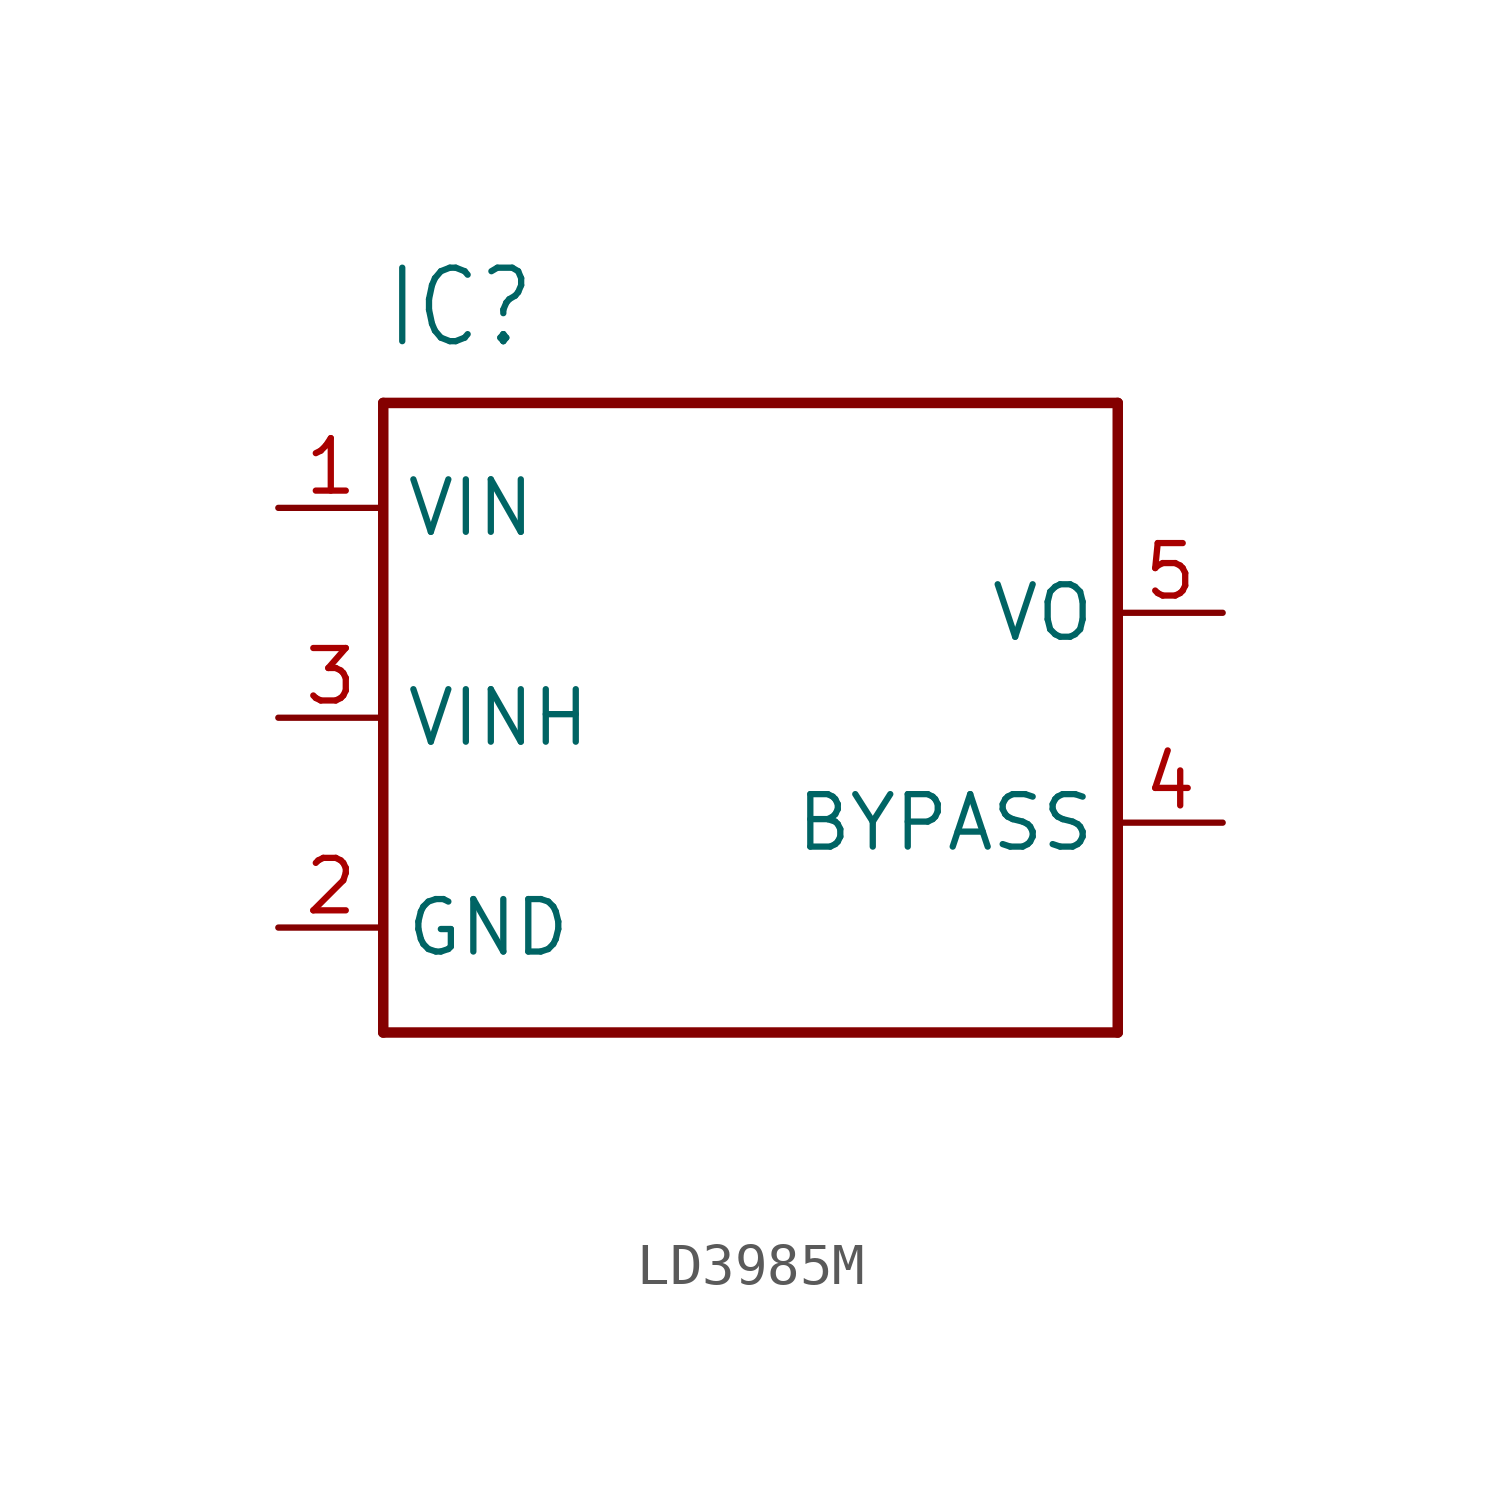
<source format=kicad_sym>
(kicad_symbol_lib
  (version 20220914)
  (generator kicad_symbol_editor)
  (symbol "LD3985M"
    (property "Reference" "IC"
      (at -10.16 8.89 0)
      (effects (font (size 1.778 1.511)) (justify left bottom)))
    (property "Value" ""
      (at -10.16 -10.16 0)
      (effects (font (size 1.778 1.511)) (justify left bottom)))
    (property "ki_locked" ""
      (at 0 0 0)
      (effects (font (size 1.27 1.27))))
    (symbol "LD3985M_1_0"
      (polyline (pts (xy -10.16 -7.62) (xy -10.16 7.62)) (stroke (width 0.254) (type solid)) (fill (type none)))
      (polyline (pts (xy -10.16 7.62) (xy 7.62 7.62)) (stroke (width 0.254) (type solid)) (fill (type none)))
      (polyline (pts (xy 7.62 -7.62) (xy -10.16 -7.62)) (stroke (width 0.254) (type solid)) (fill (type none)))
      (polyline (pts (xy 7.62 7.62) (xy 7.62 -7.62)) (stroke (width 0.254) (type solid)) (fill (type none)))
      (pin input line (at -12.7 5.08 0) (length 2.54) (name "VIN" (effects (font (size 1.27 1.27)))) (number "1" (effects (font (size 1.27 1.27)))))
      (pin power_in line (at -12.7 -5.08 0) (length 2.54) (name "GND" (effects (font (size 1.27 1.27)))) (number "2" (effects (font (size 1.27 1.27)))))
      (pin input line (at -12.7 0 0) (length 2.54) (name "VINH" (effects (font (size 1.27 1.27)))) (number "3" (effects (font (size 1.27 1.27)))))
      (pin passive line (at 10.16 -2.54 180) (length 2.54) (name "BYPASS" (effects (font (size 1.27 1.27)))) (number "4" (effects (font (size 1.27 1.27)))))
      (pin output line (at 10.16 2.54 180) (length 2.54) (name "VO" (effects (font (size 1.27 1.27)))) (number "5" (effects (font (size 1.27 1.27))))))))
</source>
